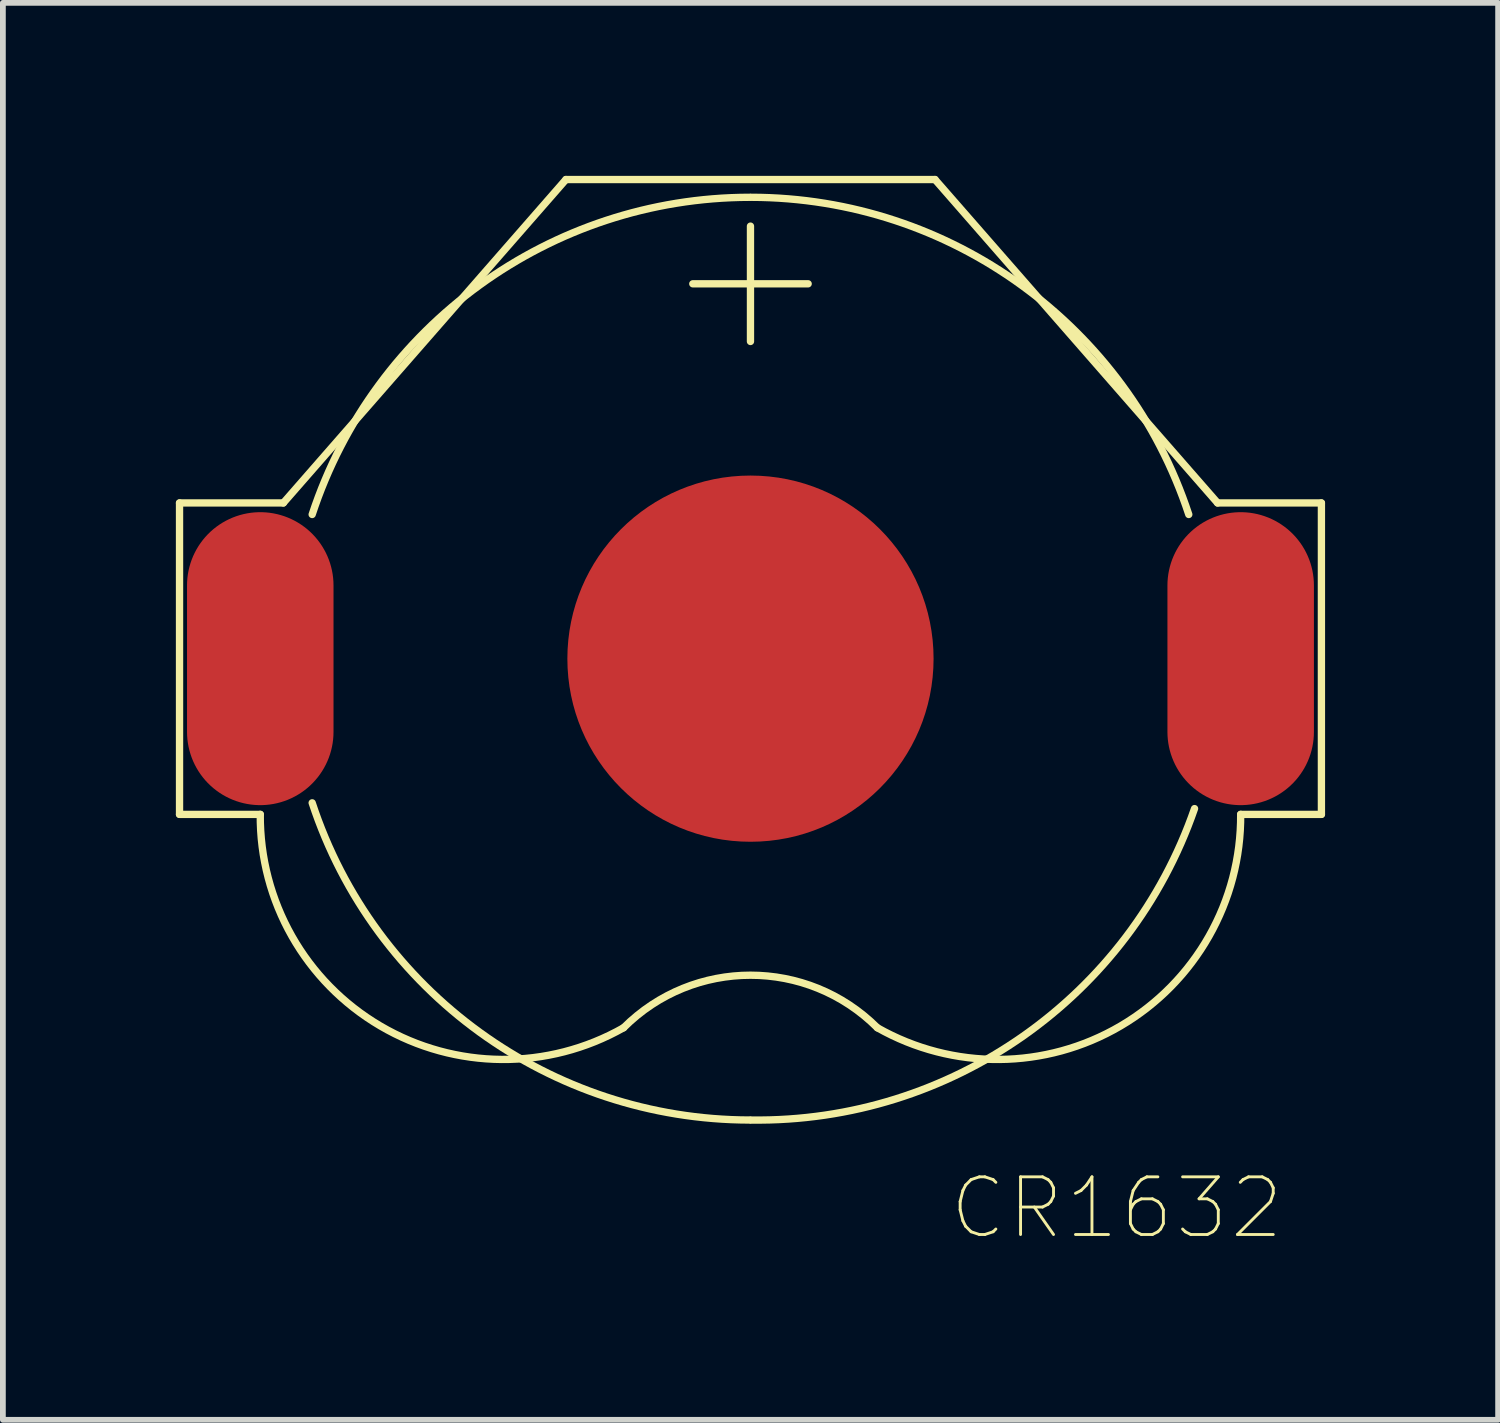
<source format=kicad_pcb>
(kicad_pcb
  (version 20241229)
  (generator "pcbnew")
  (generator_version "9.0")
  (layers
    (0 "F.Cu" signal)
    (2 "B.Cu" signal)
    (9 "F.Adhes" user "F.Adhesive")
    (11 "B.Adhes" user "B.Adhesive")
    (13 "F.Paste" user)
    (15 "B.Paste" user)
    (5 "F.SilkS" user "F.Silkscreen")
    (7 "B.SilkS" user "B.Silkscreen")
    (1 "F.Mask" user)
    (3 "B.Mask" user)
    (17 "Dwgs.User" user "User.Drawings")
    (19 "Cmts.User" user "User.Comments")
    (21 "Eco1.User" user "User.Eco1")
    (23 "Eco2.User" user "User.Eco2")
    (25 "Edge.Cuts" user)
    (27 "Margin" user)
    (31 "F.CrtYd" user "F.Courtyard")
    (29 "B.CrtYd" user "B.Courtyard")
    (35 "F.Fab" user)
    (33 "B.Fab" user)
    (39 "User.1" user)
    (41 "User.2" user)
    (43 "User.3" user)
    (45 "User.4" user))
  (footprint "CR1632"
    (layer "F.Cu")
    (at 9.963 8.371)
    (property "Reference" "CR1632" (at 6.35 9.525 0) (layer "F.SilkS") (effects (font (size 1 1) (thickness 0.05))))
    (attr through_hole)
    (fp_circle (center 0 0) (end 3 0) (stroke (width 6) (type solid)) (fill no) (layer "F.Mask"))
    (fp_line (start -9.9 -2.7) (end -9.9 2.7) (stroke (width 0.127) (type solid)) (layer "F.SilkS"))
    (fp_line (start -9.9 2.7) (end -8.5 2.7) (stroke (width 0.127) (type solid)) (layer "F.SilkS"))
    (fp_line (start -8.1 -2.7) (end -9.9 -2.7) (stroke (width 0.127) (type solid)) (layer "F.SilkS"))
    (fp_line (start -3.2 -8.308) (end -8.1 -2.7) (stroke (width 0.127) (type solid)) (layer "F.SilkS"))
    (fp_line (start -3.2 -8.308) (end 3.2 -8.308) (stroke (width 0.127) (type solid)) (layer "F.SilkS"))
    (fp_line (start -1 -6.5) (end 1 -6.5) (stroke (width 0.127) (type solid)) (layer "F.SilkS"))
    (fp_line (start 0 -7.5) (end 0 -5.5) (stroke (width 0.127) (type solid)) (layer "F.SilkS"))
    (fp_line (start 3.2 -8.308) (end 8.1 -2.7) (stroke (width 0.127) (type solid)) (layer "F.SilkS"))
    (fp_line (start 8.1 -2.7) (end 9.9 -2.7) (stroke (width 0.127) (type solid)) (layer "F.SilkS"))
    (fp_line (start 9.9 -2.7) (end 9.9 2.7) (stroke (width 0.127) (type solid)) (layer "F.SilkS"))
    (fp_line (start 9.9 2.7) (end 8.5 2.7) (stroke (width 0.127) (type solid)) (layer "F.SilkS"))
    (fp_arc (start -7.6 -2.5) (mid -4.695938 -6.477126) (end -0.012777 -7.99999) (stroke (width 0.127) (type solid)) (layer "F.SilkS"))
    (fp_arc (start -2.2 6.4) (mid 0 5.48873) (end 2.2 6.4) (stroke (width 0.127) (type solid)) (layer "F.SilkS"))
    (fp_arc (start -2.2 6.400007) (mid -6.4181 6.368657) (end -8.5 2.7) (stroke (width 0.127) (type solid)) (layer "F.SilkS"))
    (fp_arc (start -0.012777 7.99999) (mid -4.695938 6.477126) (end -7.6 2.5) (stroke (width 0.127) (type solid)) (layer "F.SilkS"))
    (fp_arc (start 0.012777 -7.99999) (mid 4.695938 -6.477126) (end 7.6 -2.5) (stroke (width 0.127) (type solid)) (layer "F.SilkS"))
    (fp_arc (start 7.7 2.6) (mid 4.72981 6.54339) (end 0.012807 8.00018) (stroke (width 0.127) (type solid)) (layer "F.SilkS"))
    (fp_arc (start 8.499994 2.700003) (mid 6.418094 6.368653) (end 2.2 6.4) (stroke (width 0.127) (type solid)) (layer "F.SilkS"))
    (pad "1" smd oval (at -8.5 0 90) (size 5.08 2.54) (layers "F.Cu" "F.Mask" "F.Paste"))
    (pad "1" smd oval (at 8.5 0 90) (size 5.08 2.54) (layers "F.Cu" "F.Mask" "F.Paste"))
    (pad "2" smd circle (at 0 0) (size 6.35 6.35) (layers "F.Cu" "F.Mask" "F.Paste")))
  (gr_rect
    (start -3 -3)
    (end 22.927 21.569)
    (stroke (width 0.1) (type default))
    (fill no)
    (layer "Edge.Cuts")))
</source>
